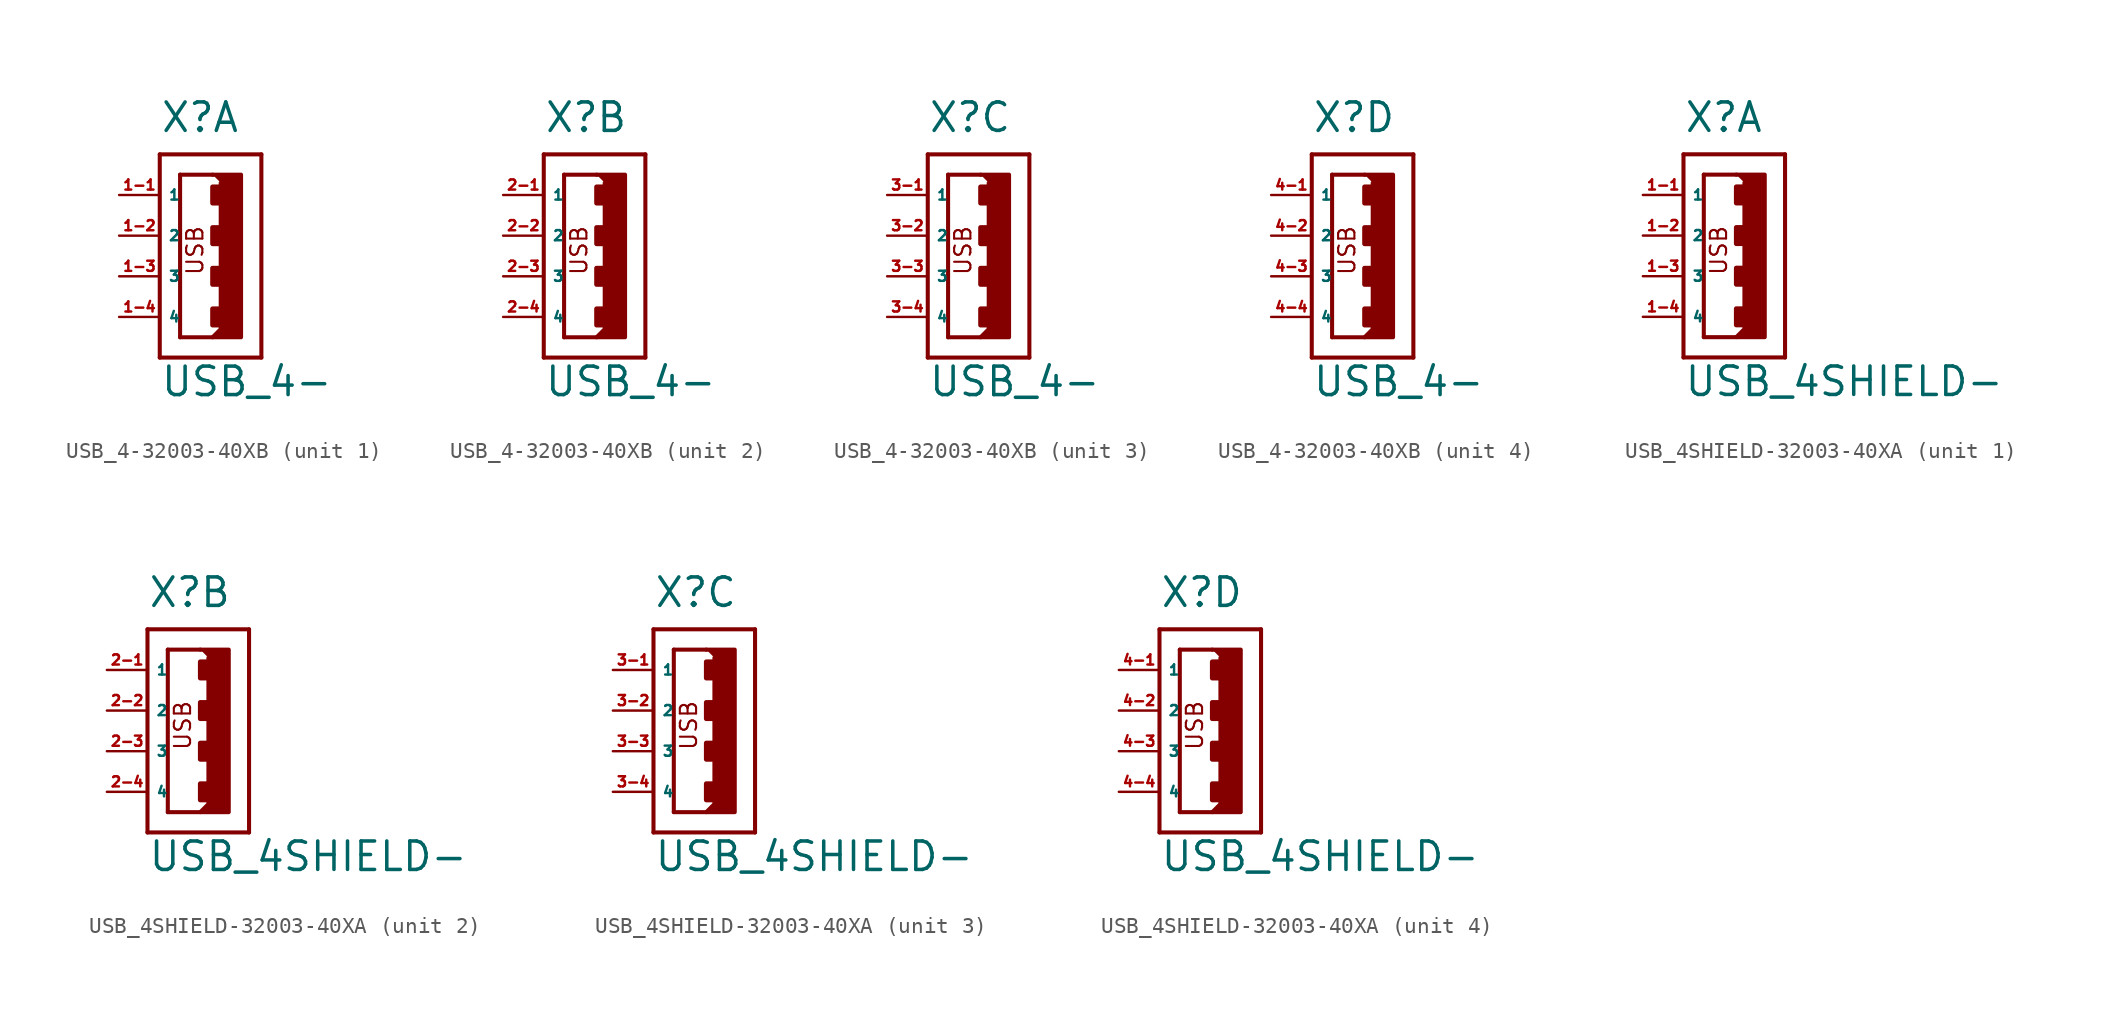
<source format=kicad_sym>
(kicad_symbol_lib
  (version 20220914)
  (generator Eagle2Kicad)
  (symbol "USB_4-32003-40XB"
    (property "Reference" "X"
      (at -2.54 8.89 0)
      (effects (font (size 1.778 1.778) (thickness 0.22)) (justify left bottom)))
    (property "Value" "USB_4-"
      (at -2.54 -7.62 0)
      (effects (font (size 1.778 1.778) (thickness 0.22)) (justify left bottom)))
    (symbol "USB_4-32003-40XB_1_0"
      (polyline (pts (xy 0.762 6.35) (xy 2.54 6.35) (xy 2.54 -3.81) (xy 0.762 -3.81) (xy 1.27 -3.302) (xy 1.27 5.842)) (stroke (width 0.254) (type default)) (fill (type outline)))
      (polyline (pts (xy -2.54 -5.08) (xy 3.81 -5.08)) (stroke (width 0.254) (type default)) (fill (type none)))
      (polyline (pts (xy -2.54 7.62) (xy 3.81 7.62)) (stroke (width 0.254) (type default)) (fill (type none)))
      (polyline (pts (xy -1.27 6.35) (xy -1.27 -3.81)) (stroke (width 0.254) (type default)) (fill (type none)))
      (polyline (pts (xy -1.27 -3.81) (xy 0.762 -3.81)) (stroke (width 0.254) (type default)) (fill (type none)))
      (polyline (pts (xy 3.81 -5.08) (xy 3.81 7.62)) (stroke (width 0.254) (type default)) (fill (type none)))
      (polyline (pts (xy -2.54 7.62) (xy -2.54 -5.08)) (stroke (width 0.254) (type default)) (fill (type none)))
      (polyline (pts (xy -1.27 6.35) (xy 0.762 6.35)) (stroke (width 0.254) (type default)) (fill (type none)))
      (text "USB" (at 0.254 0 900) (effects (font (size 1.016 1.016) (thickness 0.13)) (justify left bottom)))
      (rectangle (start 0.762 4.572) (end 1.27 5.588) (stroke (width 0.3) (type default)) (fill (type outline)))
      (rectangle (start 0.762 2.032) (end 1.27 3.048) (stroke (width 0.3) (type default)) (fill (type outline)))
      (rectangle (start 0.762 -0.508) (end 1.27 0.508) (stroke (width 0.3) (type default)) (fill (type outline)))
      (rectangle (start 0.762 -3.048) (end 1.27 -2.032) (stroke (width 0.3) (type default)) (fill (type outline)))
      (pin passive line (at -5.08 5.08 0) (length 2.54) (name "1" (effects (font (size 0.635 0.635) (thickness 0.08)) (justify left bottom))) (number "1-1" (effects (font (size 0.635 0.635) (thickness 0.08)) (justify left bottom))))
      (pin passive line (at -5.08 2.54 0) (length 2.54) (name "2" (effects (font (size 0.635 0.635) (thickness 0.08)) (justify left bottom))) (number "1-2" (effects (font (size 0.635 0.635) (thickness 0.08)) (justify left bottom))))
      (pin passive line (at -5.08 0 0) (length 2.54) (name "3" (effects (font (size 0.635 0.635) (thickness 0.08)) (justify left bottom))) (number "1-3" (effects (font (size 0.635 0.635) (thickness 0.08)) (justify left bottom))))
      (pin passive line (at -5.08 -2.54 0) (length 2.54) (name "4" (effects (font (size 0.635 0.635) (thickness 0.08)) (justify left bottom))) (number "1-4" (effects (font (size 0.635 0.635) (thickness 0.08)) (justify left bottom)))))
    (symbol "USB_4-32003-40XB_2_0"
      (polyline (pts (xy 0.762 6.35) (xy 2.54 6.35) (xy 2.54 -3.81) (xy 0.762 -3.81) (xy 1.27 -3.302) (xy 1.27 5.842)) (stroke (width 0.254) (type default)) (fill (type outline)))
      (polyline (pts (xy -2.54 -5.08) (xy 3.81 -5.08)) (stroke (width 0.254) (type default)) (fill (type none)))
      (polyline (pts (xy -2.54 7.62) (xy 3.81 7.62)) (stroke (width 0.254) (type default)) (fill (type none)))
      (polyline (pts (xy -1.27 6.35) (xy -1.27 -3.81)) (stroke (width 0.254) (type default)) (fill (type none)))
      (polyline (pts (xy -1.27 -3.81) (xy 0.762 -3.81)) (stroke (width 0.254) (type default)) (fill (type none)))
      (polyline (pts (xy 3.81 -5.08) (xy 3.81 7.62)) (stroke (width 0.254) (type default)) (fill (type none)))
      (polyline (pts (xy -2.54 7.62) (xy -2.54 -5.08)) (stroke (width 0.254) (type default)) (fill (type none)))
      (polyline (pts (xy -1.27 6.35) (xy 0.762 6.35)) (stroke (width 0.254) (type default)) (fill (type none)))
      (text "USB" (at 0.254 0 900) (effects (font (size 1.016 1.016) (thickness 0.13)) (justify left bottom)))
      (rectangle (start 0.762 4.572) (end 1.27 5.588) (stroke (width 0.3) (type default)) (fill (type outline)))
      (rectangle (start 0.762 2.032) (end 1.27 3.048) (stroke (width 0.3) (type default)) (fill (type outline)))
      (rectangle (start 0.762 -0.508) (end 1.27 0.508) (stroke (width 0.3) (type default)) (fill (type outline)))
      (rectangle (start 0.762 -3.048) (end 1.27 -2.032) (stroke (width 0.3) (type default)) (fill (type outline)))
      (pin passive line (at -5.08 5.08 0) (length 2.54) (name "1" (effects (font (size 0.635 0.635) (thickness 0.08)) (justify left bottom))) (number "2-1" (effects (font (size 0.635 0.635) (thickness 0.08)) (justify left bottom))))
      (pin passive line (at -5.08 2.54 0) (length 2.54) (name "2" (effects (font (size 0.635 0.635) (thickness 0.08)) (justify left bottom))) (number "2-2" (effects (font (size 0.635 0.635) (thickness 0.08)) (justify left bottom))))
      (pin passive line (at -5.08 0 0) (length 2.54) (name "3" (effects (font (size 0.635 0.635) (thickness 0.08)) (justify left bottom))) (number "2-3" (effects (font (size 0.635 0.635) (thickness 0.08)) (justify left bottom))))
      (pin passive line (at -5.08 -2.54 0) (length 2.54) (name "4" (effects (font (size 0.635 0.635) (thickness 0.08)) (justify left bottom))) (number "2-4" (effects (font (size 0.635 0.635) (thickness 0.08)) (justify left bottom)))))
    (symbol "USB_4-32003-40XB_3_0"
      (polyline (pts (xy 0.762 6.35) (xy 2.54 6.35) (xy 2.54 -3.81) (xy 0.762 -3.81) (xy 1.27 -3.302) (xy 1.27 5.842)) (stroke (width 0.254) (type default)) (fill (type outline)))
      (polyline (pts (xy -2.54 -5.08) (xy 3.81 -5.08)) (stroke (width 0.254) (type default)) (fill (type none)))
      (polyline (pts (xy -2.54 7.62) (xy 3.81 7.62)) (stroke (width 0.254) (type default)) (fill (type none)))
      (polyline (pts (xy -1.27 6.35) (xy -1.27 -3.81)) (stroke (width 0.254) (type default)) (fill (type none)))
      (polyline (pts (xy -1.27 -3.81) (xy 0.762 -3.81)) (stroke (width 0.254) (type default)) (fill (type none)))
      (polyline (pts (xy 3.81 -5.08) (xy 3.81 7.62)) (stroke (width 0.254) (type default)) (fill (type none)))
      (polyline (pts (xy -2.54 7.62) (xy -2.54 -5.08)) (stroke (width 0.254) (type default)) (fill (type none)))
      (polyline (pts (xy -1.27 6.35) (xy 0.762 6.35)) (stroke (width 0.254) (type default)) (fill (type none)))
      (text "USB" (at 0.254 0 900) (effects (font (size 1.016 1.016) (thickness 0.13)) (justify left bottom)))
      (rectangle (start 0.762 4.572) (end 1.27 5.588) (stroke (width 0.3) (type default)) (fill (type outline)))
      (rectangle (start 0.762 2.032) (end 1.27 3.048) (stroke (width 0.3) (type default)) (fill (type outline)))
      (rectangle (start 0.762 -0.508) (end 1.27 0.508) (stroke (width 0.3) (type default)) (fill (type outline)))
      (rectangle (start 0.762 -3.048) (end 1.27 -2.032) (stroke (width 0.3) (type default)) (fill (type outline)))
      (pin passive line (at -5.08 5.08 0) (length 2.54) (name "1" (effects (font (size 0.635 0.635) (thickness 0.08)) (justify left bottom))) (number "3-1" (effects (font (size 0.635 0.635) (thickness 0.08)) (justify left bottom))))
      (pin passive line (at -5.08 2.54 0) (length 2.54) (name "2" (effects (font (size 0.635 0.635) (thickness 0.08)) (justify left bottom))) (number "3-2" (effects (font (size 0.635 0.635) (thickness 0.08)) (justify left bottom))))
      (pin passive line (at -5.08 0 0) (length 2.54) (name "3" (effects (font (size 0.635 0.635) (thickness 0.08)) (justify left bottom))) (number "3-3" (effects (font (size 0.635 0.635) (thickness 0.08)) (justify left bottom))))
      (pin passive line (at -5.08 -2.54 0) (length 2.54) (name "4" (effects (font (size 0.635 0.635) (thickness 0.08)) (justify left bottom))) (number "3-4" (effects (font (size 0.635 0.635) (thickness 0.08)) (justify left bottom)))))
    (symbol "USB_4-32003-40XB_4_0"
      (polyline (pts (xy 0.762 6.35) (xy 2.54 6.35) (xy 2.54 -3.81) (xy 0.762 -3.81) (xy 1.27 -3.302) (xy 1.27 5.842)) (stroke (width 0.254) (type default)) (fill (type outline)))
      (polyline (pts (xy -2.54 -5.08) (xy 3.81 -5.08)) (stroke (width 0.254) (type default)) (fill (type none)))
      (polyline (pts (xy -2.54 7.62) (xy 3.81 7.62)) (stroke (width 0.254) (type default)) (fill (type none)))
      (polyline (pts (xy -1.27 6.35) (xy -1.27 -3.81)) (stroke (width 0.254) (type default)) (fill (type none)))
      (polyline (pts (xy -1.27 -3.81) (xy 0.762 -3.81)) (stroke (width 0.254) (type default)) (fill (type none)))
      (polyline (pts (xy 3.81 -5.08) (xy 3.81 7.62)) (stroke (width 0.254) (type default)) (fill (type none)))
      (polyline (pts (xy -2.54 7.62) (xy -2.54 -5.08)) (stroke (width 0.254) (type default)) (fill (type none)))
      (polyline (pts (xy -1.27 6.35) (xy 0.762 6.35)) (stroke (width 0.254) (type default)) (fill (type none)))
      (text "USB" (at 0.254 0 900) (effects (font (size 1.016 1.016) (thickness 0.13)) (justify left bottom)))
      (rectangle (start 0.762 4.572) (end 1.27 5.588) (stroke (width 0.3) (type default)) (fill (type outline)))
      (rectangle (start 0.762 2.032) (end 1.27 3.048) (stroke (width 0.3) (type default)) (fill (type outline)))
      (rectangle (start 0.762 -0.508) (end 1.27 0.508) (stroke (width 0.3) (type default)) (fill (type outline)))
      (rectangle (start 0.762 -3.048) (end 1.27 -2.032) (stroke (width 0.3) (type default)) (fill (type outline)))
      (pin passive line (at -5.08 5.08 0) (length 2.54) (name "1" (effects (font (size 0.635 0.635) (thickness 0.08)) (justify left bottom))) (number "4-1" (effects (font (size 0.635 0.635) (thickness 0.08)) (justify left bottom))))
      (pin passive line (at -5.08 2.54 0) (length 2.54) (name "2" (effects (font (size 0.635 0.635) (thickness 0.08)) (justify left bottom))) (number "4-2" (effects (font (size 0.635 0.635) (thickness 0.08)) (justify left bottom))))
      (pin passive line (at -5.08 0 0) (length 2.54) (name "3" (effects (font (size 0.635 0.635) (thickness 0.08)) (justify left bottom))) (number "4-3" (effects (font (size 0.635 0.635) (thickness 0.08)) (justify left bottom))))
      (pin passive line (at -5.08 -2.54 0) (length 2.54) (name "4" (effects (font (size 0.635 0.635) (thickness 0.08)) (justify left bottom))) (number "4-4" (effects (font (size 0.635 0.635) (thickness 0.08)) (justify left bottom))))))
  (symbol "USB_4SHIELD-32003-40XA"
    (property "Reference" "X"
      (at -2.54 8.89 0)
      (effects (font (size 1.778 1.778) (thickness 0.22)) (justify left bottom)))
    (property "Value" "USB_4SHIELD-"
      (at -2.54 -7.62 0)
      (effects (font (size 1.778 1.778) (thickness 0.22)) (justify left bottom)))
    (symbol "USB_4SHIELD-32003-40XA_1_0"
      (polyline (pts (xy 0.762 6.35) (xy 2.54 6.35) (xy 2.54 -3.81) (xy 0.762 -3.81) (xy 1.27 -3.302) (xy 1.27 5.842)) (stroke (width 0.254) (type default)) (fill (type outline)))
      (polyline (pts (xy -2.54 -5.08) (xy 3.81 -5.08)) (stroke (width 0.254) (type default)) (fill (type none)))
      (polyline (pts (xy -2.54 7.62) (xy 3.81 7.62)) (stroke (width 0.254) (type default)) (fill (type none)))
      (polyline (pts (xy -1.27 6.35) (xy -1.27 -3.81)) (stroke (width 0.254) (type default)) (fill (type none)))
      (polyline (pts (xy -1.27 -3.81) (xy 0.762 -3.81)) (stroke (width 0.254) (type default)) (fill (type none)))
      (polyline (pts (xy 3.81 -5.08) (xy 3.81 7.62)) (stroke (width 0.254) (type default)) (fill (type none)))
      (polyline (pts (xy -2.54 7.62) (xy -2.54 -5.08)) (stroke (width 0.254) (type default)) (fill (type none)))
      (polyline (pts (xy -1.27 6.35) (xy 0.762 6.35)) (stroke (width 0.254) (type default)) (fill (type none)))
      (text "USB" (at 0.254 0 900) (effects (font (size 1.016 1.016) (thickness 0.13)) (justify left bottom)))
      (rectangle (start 0.762 4.572) (end 1.27 5.588) (stroke (width 0.3) (type default)) (fill (type outline)))
      (rectangle (start 0.762 2.032) (end 1.27 3.048) (stroke (width 0.3) (type default)) (fill (type outline)))
      (rectangle (start 0.762 -0.508) (end 1.27 0.508) (stroke (width 0.3) (type default)) (fill (type outline)))
      (rectangle (start 0.762 -3.048) (end 1.27 -2.032) (stroke (width 0.3) (type default)) (fill (type outline)))
      (pin passive line (at -5.08 5.08 0) (length 2.54) (name "1" (effects (font (size 0.635 0.635) (thickness 0.08)) (justify left bottom))) (number "1-1" (effects (font (size 0.635 0.635) (thickness 0.08)) (justify left bottom))))
      (pin passive line (at -5.08 2.54 0) (length 2.54) (name "2" (effects (font (size 0.635 0.635) (thickness 0.08)) (justify left bottom))) (number "1-2" (effects (font (size 0.635 0.635) (thickness 0.08)) (justify left bottom))))
      (pin passive line (at -5.08 0 0) (length 2.54) (name "3" (effects (font (size 0.635 0.635) (thickness 0.08)) (justify left bottom))) (number "1-3" (effects (font (size 0.635 0.635) (thickness 0.08)) (justify left bottom))))
      (pin passive line (at -5.08 -2.54 0) (length 2.54) (name "4" (effects (font (size 0.635 0.635) (thickness 0.08)) (justify left bottom))) (number "1-4" (effects (font (size 0.635 0.635) (thickness 0.08)) (justify left bottom)))))
    (symbol "USB_4SHIELD-32003-40XA_2_0"
      (polyline (pts (xy 0.762 6.35) (xy 2.54 6.35) (xy 2.54 -3.81) (xy 0.762 -3.81) (xy 1.27 -3.302) (xy 1.27 5.842)) (stroke (width 0.254) (type default)) (fill (type outline)))
      (polyline (pts (xy -2.54 -5.08) (xy 3.81 -5.08)) (stroke (width 0.254) (type default)) (fill (type none)))
      (polyline (pts (xy -2.54 7.62) (xy 3.81 7.62)) (stroke (width 0.254) (type default)) (fill (type none)))
      (polyline (pts (xy -1.27 6.35) (xy -1.27 -3.81)) (stroke (width 0.254) (type default)) (fill (type none)))
      (polyline (pts (xy -1.27 -3.81) (xy 0.762 -3.81)) (stroke (width 0.254) (type default)) (fill (type none)))
      (polyline (pts (xy 3.81 -5.08) (xy 3.81 7.62)) (stroke (width 0.254) (type default)) (fill (type none)))
      (polyline (pts (xy -2.54 7.62) (xy -2.54 -5.08)) (stroke (width 0.254) (type default)) (fill (type none)))
      (polyline (pts (xy -1.27 6.35) (xy 0.762 6.35)) (stroke (width 0.254) (type default)) (fill (type none)))
      (text "USB" (at 0.254 0 900) (effects (font (size 1.016 1.016) (thickness 0.13)) (justify left bottom)))
      (rectangle (start 0.762 4.572) (end 1.27 5.588) (stroke (width 0.3) (type default)) (fill (type outline)))
      (rectangle (start 0.762 2.032) (end 1.27 3.048) (stroke (width 0.3) (type default)) (fill (type outline)))
      (rectangle (start 0.762 -0.508) (end 1.27 0.508) (stroke (width 0.3) (type default)) (fill (type outline)))
      (rectangle (start 0.762 -3.048) (end 1.27 -2.032) (stroke (width 0.3) (type default)) (fill (type outline)))
      (pin passive line (at -5.08 5.08 0) (length 2.54) (name "1" (effects (font (size 0.635 0.635) (thickness 0.08)) (justify left bottom))) (number "2-1" (effects (font (size 0.635 0.635) (thickness 0.08)) (justify left bottom))))
      (pin passive line (at -5.08 2.54 0) (length 2.54) (name "2" (effects (font (size 0.635 0.635) (thickness 0.08)) (justify left bottom))) (number "2-2" (effects (font (size 0.635 0.635) (thickness 0.08)) (justify left bottom))))
      (pin passive line (at -5.08 0 0) (length 2.54) (name "3" (effects (font (size 0.635 0.635) (thickness 0.08)) (justify left bottom))) (number "2-3" (effects (font (size 0.635 0.635) (thickness 0.08)) (justify left bottom))))
      (pin passive line (at -5.08 -2.54 0) (length 2.54) (name "4" (effects (font (size 0.635 0.635) (thickness 0.08)) (justify left bottom))) (number "2-4" (effects (font (size 0.635 0.635) (thickness 0.08)) (justify left bottom)))))
    (symbol "USB_4SHIELD-32003-40XA_3_0"
      (polyline (pts (xy 0.762 6.35) (xy 2.54 6.35) (xy 2.54 -3.81) (xy 0.762 -3.81) (xy 1.27 -3.302) (xy 1.27 5.842)) (stroke (width 0.254) (type default)) (fill (type outline)))
      (polyline (pts (xy -2.54 -5.08) (xy 3.81 -5.08)) (stroke (width 0.254) (type default)) (fill (type none)))
      (polyline (pts (xy -2.54 7.62) (xy 3.81 7.62)) (stroke (width 0.254) (type default)) (fill (type none)))
      (polyline (pts (xy -1.27 6.35) (xy -1.27 -3.81)) (stroke (width 0.254) (type default)) (fill (type none)))
      (polyline (pts (xy -1.27 -3.81) (xy 0.762 -3.81)) (stroke (width 0.254) (type default)) (fill (type none)))
      (polyline (pts (xy 3.81 -5.08) (xy 3.81 7.62)) (stroke (width 0.254) (type default)) (fill (type none)))
      (polyline (pts (xy -2.54 7.62) (xy -2.54 -5.08)) (stroke (width 0.254) (type default)) (fill (type none)))
      (polyline (pts (xy -1.27 6.35) (xy 0.762 6.35)) (stroke (width 0.254) (type default)) (fill (type none)))
      (text "USB" (at 0.254 0 900) (effects (font (size 1.016 1.016) (thickness 0.13)) (justify left bottom)))
      (rectangle (start 0.762 4.572) (end 1.27 5.588) (stroke (width 0.3) (type default)) (fill (type outline)))
      (rectangle (start 0.762 2.032) (end 1.27 3.048) (stroke (width 0.3) (type default)) (fill (type outline)))
      (rectangle (start 0.762 -0.508) (end 1.27 0.508) (stroke (width 0.3) (type default)) (fill (type outline)))
      (rectangle (start 0.762 -3.048) (end 1.27 -2.032) (stroke (width 0.3) (type default)) (fill (type outline)))
      (pin passive line (at -5.08 5.08 0) (length 2.54) (name "1" (effects (font (size 0.635 0.635) (thickness 0.08)) (justify left bottom))) (number "3-1" (effects (font (size 0.635 0.635) (thickness 0.08)) (justify left bottom))))
      (pin passive line (at -5.08 2.54 0) (length 2.54) (name "2" (effects (font (size 0.635 0.635) (thickness 0.08)) (justify left bottom))) (number "3-2" (effects (font (size 0.635 0.635) (thickness 0.08)) (justify left bottom))))
      (pin passive line (at -5.08 0 0) (length 2.54) (name "3" (effects (font (size 0.635 0.635) (thickness 0.08)) (justify left bottom))) (number "3-3" (effects (font (size 0.635 0.635) (thickness 0.08)) (justify left bottom))))
      (pin passive line (at -5.08 -2.54 0) (length 2.54) (name "4" (effects (font (size 0.635 0.635) (thickness 0.08)) (justify left bottom))) (number "3-4" (effects (font (size 0.635 0.635) (thickness 0.08)) (justify left bottom)))))
    (symbol "USB_4SHIELD-32003-40XA_4_0"
      (polyline (pts (xy 0.762 6.35) (xy 2.54 6.35) (xy 2.54 -3.81) (xy 0.762 -3.81) (xy 1.27 -3.302) (xy 1.27 5.842)) (stroke (width 0.254) (type default)) (fill (type outline)))
      (polyline (pts (xy -2.54 -5.08) (xy 3.81 -5.08)) (stroke (width 0.254) (type default)) (fill (type none)))
      (polyline (pts (xy -2.54 7.62) (xy 3.81 7.62)) (stroke (width 0.254) (type default)) (fill (type none)))
      (polyline (pts (xy -1.27 6.35) (xy -1.27 -3.81)) (stroke (width 0.254) (type default)) (fill (type none)))
      (polyline (pts (xy -1.27 -3.81) (xy 0.762 -3.81)) (stroke (width 0.254) (type default)) (fill (type none)))
      (polyline (pts (xy 3.81 -5.08) (xy 3.81 7.62)) (stroke (width 0.254) (type default)) (fill (type none)))
      (polyline (pts (xy -2.54 7.62) (xy -2.54 -5.08)) (stroke (width 0.254) (type default)) (fill (type none)))
      (polyline (pts (xy -1.27 6.35) (xy 0.762 6.35)) (stroke (width 0.254) (type default)) (fill (type none)))
      (text "USB" (at 0.254 0 900) (effects (font (size 1.016 1.016) (thickness 0.13)) (justify left bottom)))
      (rectangle (start 0.762 4.572) (end 1.27 5.588) (stroke (width 0.3) (type default)) (fill (type outline)))
      (rectangle (start 0.762 2.032) (end 1.27 3.048) (stroke (width 0.3) (type default)) (fill (type outline)))
      (rectangle (start 0.762 -0.508) (end 1.27 0.508) (stroke (width 0.3) (type default)) (fill (type outline)))
      (rectangle (start 0.762 -3.048) (end 1.27 -2.032) (stroke (width 0.3) (type default)) (fill (type outline)))
      (pin passive line (at -5.08 5.08 0) (length 2.54) (name "1" (effects (font (size 0.635 0.635) (thickness 0.08)) (justify left bottom))) (number "4-1" (effects (font (size 0.635 0.635) (thickness 0.08)) (justify left bottom))))
      (pin passive line (at -5.08 2.54 0) (length 2.54) (name "2" (effects (font (size 0.635 0.635) (thickness 0.08)) (justify left bottom))) (number "4-2" (effects (font (size 0.635 0.635) (thickness 0.08)) (justify left bottom))))
      (pin passive line (at -5.08 0 0) (length 2.54) (name "3" (effects (font (size 0.635 0.635) (thickness 0.08)) (justify left bottom))) (number "4-3" (effects (font (size 0.635 0.635) (thickness 0.08)) (justify left bottom))))
      (pin passive line (at -5.08 -2.54 0) (length 2.54) (name "4" (effects (font (size 0.635 0.635) (thickness 0.08)) (justify left bottom))) (number "4-4" (effects (font (size 0.635 0.635) (thickness 0.08)) (justify left bottom)))))))
</source>
